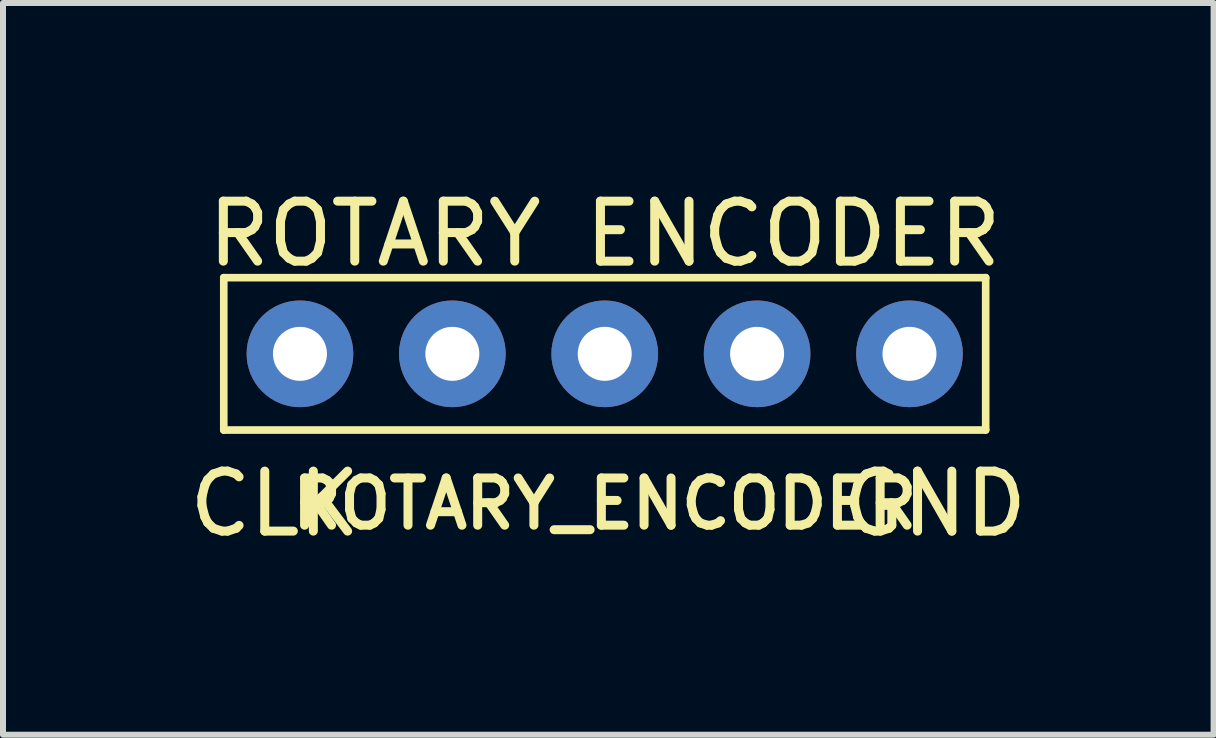
<source format=kicad_pcb>
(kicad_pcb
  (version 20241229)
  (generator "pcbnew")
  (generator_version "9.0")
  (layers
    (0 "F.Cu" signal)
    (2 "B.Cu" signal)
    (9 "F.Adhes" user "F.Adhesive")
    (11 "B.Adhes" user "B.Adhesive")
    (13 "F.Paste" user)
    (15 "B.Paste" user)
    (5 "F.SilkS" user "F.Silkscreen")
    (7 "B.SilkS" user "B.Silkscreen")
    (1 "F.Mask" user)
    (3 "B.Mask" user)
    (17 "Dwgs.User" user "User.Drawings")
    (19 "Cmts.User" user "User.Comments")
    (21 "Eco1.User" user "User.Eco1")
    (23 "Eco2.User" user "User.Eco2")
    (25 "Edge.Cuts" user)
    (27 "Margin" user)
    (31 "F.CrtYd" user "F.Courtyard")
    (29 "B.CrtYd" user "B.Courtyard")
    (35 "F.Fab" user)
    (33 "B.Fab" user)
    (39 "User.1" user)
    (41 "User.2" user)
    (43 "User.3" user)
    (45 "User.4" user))
  (footprint "ROTARY_ENCODER"
    (layer "F.Cu")
    (at 7.03 2.848)
    (property "Reference" "ROTARY_ENCODER" (at 0 2.5 0) (layer "F.SilkS") (effects (font (size 0.787 0.787) (thickness 0.15))))
    (attr through_hole)
    (fp_line (start -6.35 -1.27) (end 6.35 -1.27) (stroke (width 0.127) (type solid)) (layer "F.SilkS"))
    (fp_line (start -6.35 1.27) (end -6.35 -1.27) (stroke (width 0.127) (type solid)) (layer "F.SilkS"))
    (fp_line (start 6.35 -1.27) (end 6.35 1.27) (stroke (width 0.127) (type solid)) (layer "F.SilkS"))
    (fp_line (start 6.35 1.27) (end -6.35 1.27) (stroke (width 0.127) (type solid)) (layer "F.SilkS"))
    (fp_text user "ROTARY ENCODER" (at 0 -2 0) (layer "F.SilkS") (effects (font (size 1 1) (thickness 0.15))))
    (fp_text user "CLK" (at -5.5 2.5 0) (layer "F.SilkS") (effects (font (size 1 1) (thickness 0.15))))
    (fp_text user "GND" (at 5.5 2.5 0) (layer "F.SilkS") (effects (font (size 1 1) (thickness 0.15))))
    (pad "+" thru_hole circle (at 2.54 0) (size 1.778 1.778) (drill 0.9) (layers "*.Cu" "*.Mask"))
    (pad "CLK" thru_hole circle (at -5.08 0) (size 1.778 1.778) (drill 0.9) (layers "*.Cu" "*.Mask"))
    (pad "DT" thru_hole circle (at -2.54 0) (size 1.778 1.778) (drill 0.9) (layers "*.Cu" "*.Mask"))
    (pad "GND" thru_hole circle (at 5.08 0) (size 1.778 1.778) (drill 0.9) (layers "*.Cu" "*.Mask"))
    (pad "SW" thru_hole circle (at 0 0) (size 1.778 1.778) (drill 0.9) (layers "*.Cu" "*.Mask")))
  (gr_rect
    (start -3 -3)
    (end 17.179 9.197)
    (stroke (width 0.1) (type default))
    (fill no)
    (layer "Edge.Cuts")))
</source>
